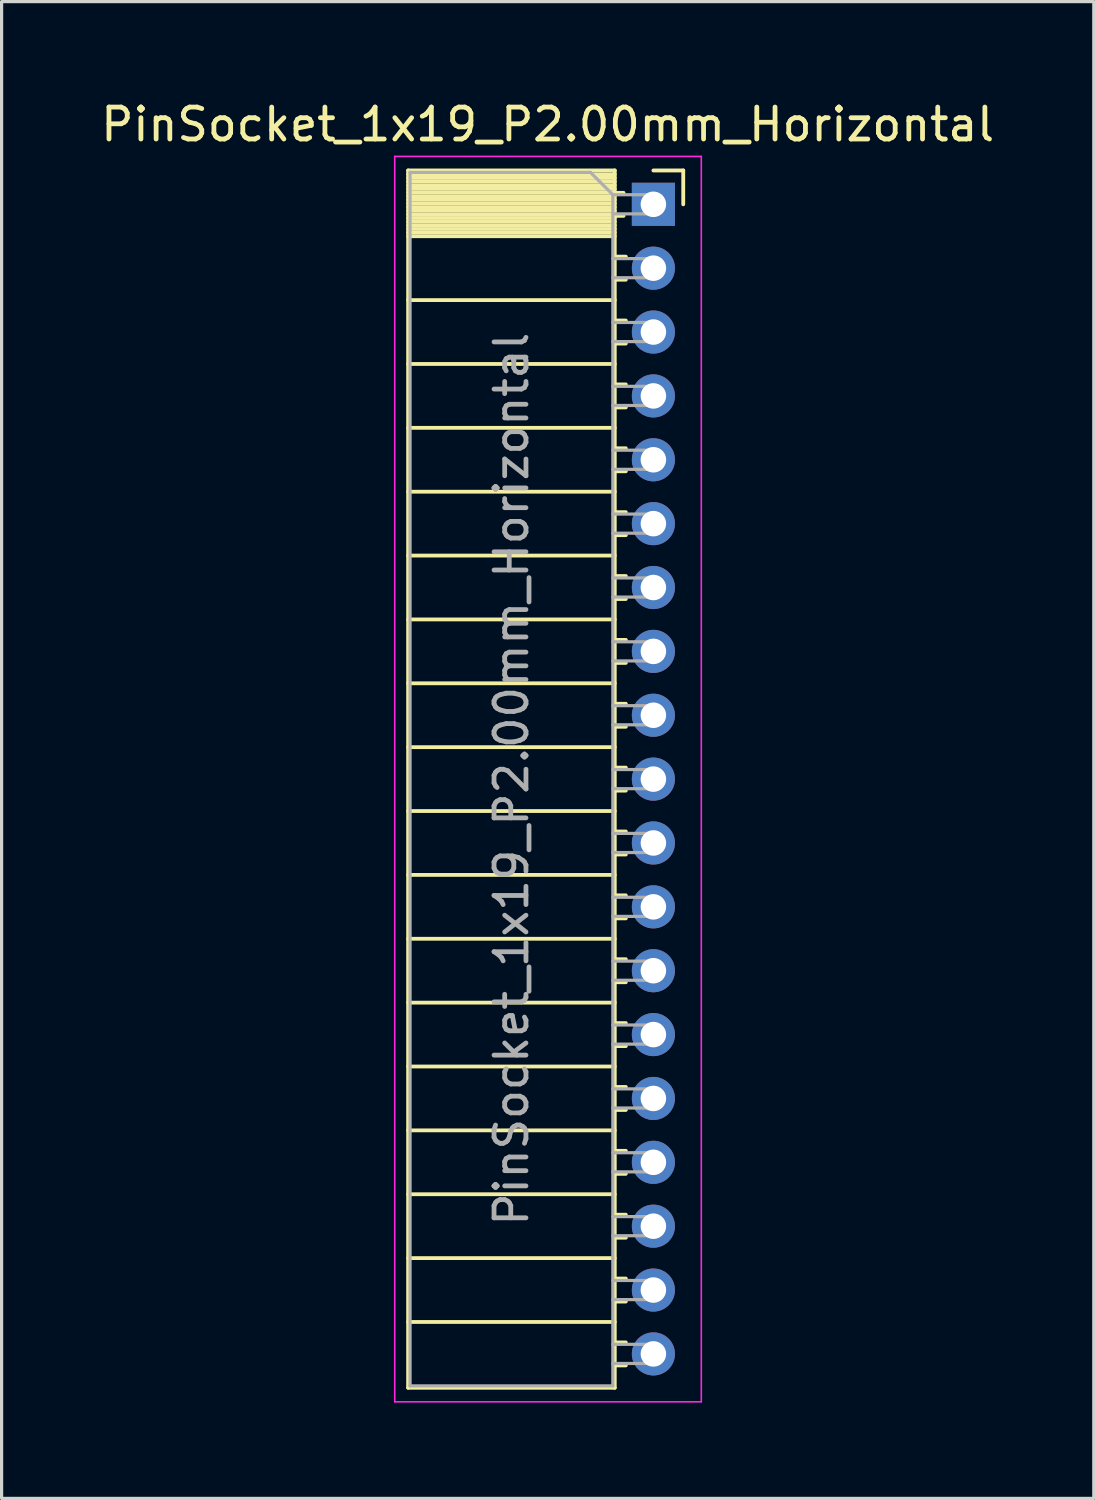
<source format=kicad_pcb>
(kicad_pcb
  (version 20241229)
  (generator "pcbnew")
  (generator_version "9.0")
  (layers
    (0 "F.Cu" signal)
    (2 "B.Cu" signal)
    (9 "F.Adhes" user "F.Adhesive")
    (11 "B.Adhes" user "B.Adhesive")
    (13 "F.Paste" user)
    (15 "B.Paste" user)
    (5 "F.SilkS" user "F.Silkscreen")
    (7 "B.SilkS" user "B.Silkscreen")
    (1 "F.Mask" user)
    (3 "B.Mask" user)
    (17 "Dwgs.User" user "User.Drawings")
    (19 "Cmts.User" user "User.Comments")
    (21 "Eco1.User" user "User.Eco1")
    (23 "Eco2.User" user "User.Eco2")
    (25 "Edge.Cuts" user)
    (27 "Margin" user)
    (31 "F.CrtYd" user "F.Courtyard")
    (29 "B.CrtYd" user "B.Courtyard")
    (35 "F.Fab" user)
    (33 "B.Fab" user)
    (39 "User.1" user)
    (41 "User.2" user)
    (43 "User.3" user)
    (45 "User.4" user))
  (footprint "PinSocket_1x19_P2.00mm_Horizontal"
    (layer "F.Cu")
    (at 17.411 3.348)
    (property "Reference" "PinSocket_1x19_P2.00mm_Horizontal" (at -3.31 -2.5 0) (layer "F.SilkS") (effects (font (size 1 1) (thickness 0.15))))
    (attr through_hole)
    (fp_line (start -7.68 -1.06) (end -7.68 37.06) (stroke (width 0.12) (type solid)) (layer "F.SilkS"))
    (fp_line (start -7.68 -1.06) (end -1.21 -1.06) (stroke (width 0.12) (type solid)) (layer "F.SilkS"))
    (fp_line (start -7.68 -0.94) (end -1.21 -0.94) (stroke (width 0.12) (type solid)) (layer "F.SilkS"))
    (fp_line (start -7.68 -0.826) (end -1.21 -0.826) (stroke (width 0.12) (type solid)) (layer "F.SilkS"))
    (fp_line (start -7.68 -0.712) (end -1.21 -0.712) (stroke (width 0.12) (type solid)) (layer "F.SilkS"))
    (fp_line (start -7.68 -0.598) (end -1.21 -0.598) (stroke (width 0.12) (type solid)) (layer "F.SilkS"))
    (fp_line (start -7.68 -0.484) (end -1.21 -0.484) (stroke (width 0.12) (type solid)) (layer "F.SilkS"))
    (fp_line (start -7.68 -0.369) (end -1.21 -0.369) (stroke (width 0.12) (type solid)) (layer "F.SilkS"))
    (fp_line (start -7.68 -0.255) (end -1.21 -0.255) (stroke (width 0.12) (type solid)) (layer "F.SilkS"))
    (fp_line (start -7.68 -0.141) (end -1.21 -0.141) (stroke (width 0.12) (type solid)) (layer "F.SilkS"))
    (fp_line (start -7.68 -0.027) (end -1.21 -0.027) (stroke (width 0.12) (type solid)) (layer "F.SilkS"))
    (fp_line (start -7.68 0.087) (end -1.21 0.087) (stroke (width 0.12) (type solid)) (layer "F.SilkS"))
    (fp_line (start -7.68 0.201) (end -1.21 0.201) (stroke (width 0.12) (type solid)) (layer "F.SilkS"))
    (fp_line (start -7.68 0.315) (end -1.21 0.315) (stroke (width 0.12) (type solid)) (layer "F.SilkS"))
    (fp_line (start -7.68 0.429) (end -1.21 0.429) (stroke (width 0.12) (type solid)) (layer "F.SilkS"))
    (fp_line (start -7.68 0.544) (end -1.21 0.544) (stroke (width 0.12) (type solid)) (layer "F.SilkS"))
    (fp_line (start -7.68 0.658) (end -1.21 0.658) (stroke (width 0.12) (type solid)) (layer "F.SilkS"))
    (fp_line (start -7.68 0.772) (end -1.21 0.772) (stroke (width 0.12) (type solid)) (layer "F.SilkS"))
    (fp_line (start -7.68 0.886) (end -1.21 0.886) (stroke (width 0.12) (type solid)) (layer "F.SilkS"))
    (fp_line (start -7.68 1) (end -1.21 1) (stroke (width 0.12) (type solid)) (layer "F.SilkS"))
    (fp_line (start -7.68 3) (end -1.21 3) (stroke (width 0.12) (type solid)) (layer "F.SilkS"))
    (fp_line (start -7.68 5) (end -1.21 5) (stroke (width 0.12) (type solid)) (layer "F.SilkS"))
    (fp_line (start -7.68 7) (end -1.21 7) (stroke (width 0.12) (type solid)) (layer "F.SilkS"))
    (fp_line (start -7.68 9) (end -1.21 9) (stroke (width 0.12) (type solid)) (layer "F.SilkS"))
    (fp_line (start -7.68 11) (end -1.21 11) (stroke (width 0.12) (type solid)) (layer "F.SilkS"))
    (fp_line (start -7.68 13) (end -1.21 13) (stroke (width 0.12) (type solid)) (layer "F.SilkS"))
    (fp_line (start -7.68 15) (end -1.21 15) (stroke (width 0.12) (type solid)) (layer "F.SilkS"))
    (fp_line (start -7.68 17) (end -1.21 17) (stroke (width 0.12) (type solid)) (layer "F.SilkS"))
    (fp_line (start -7.68 19) (end -1.21 19) (stroke (width 0.12) (type solid)) (layer "F.SilkS"))
    (fp_line (start -7.68 21) (end -1.21 21) (stroke (width 0.12) (type solid)) (layer "F.SilkS"))
    (fp_line (start -7.68 23) (end -1.21 23) (stroke (width 0.12) (type solid)) (layer "F.SilkS"))
    (fp_line (start -7.68 25) (end -1.21 25) (stroke (width 0.12) (type solid)) (layer "F.SilkS"))
    (fp_line (start -7.68 27) (end -1.21 27) (stroke (width 0.12) (type solid)) (layer "F.SilkS"))
    (fp_line (start -7.68 29) (end -1.21 29) (stroke (width 0.12) (type solid)) (layer "F.SilkS"))
    (fp_line (start -7.68 31) (end -1.21 31) (stroke (width 0.12) (type solid)) (layer "F.SilkS"))
    (fp_line (start -7.68 33) (end -1.21 33) (stroke (width 0.12) (type solid)) (layer "F.SilkS"))
    (fp_line (start -7.68 35) (end -1.21 35) (stroke (width 0.12) (type solid)) (layer "F.SilkS"))
    (fp_line (start -7.68 37.06) (end -1.21 37.06) (stroke (width 0.12) (type solid)) (layer "F.SilkS"))
    (fp_line (start -1.21 -1.06) (end -1.21 37.06) (stroke (width 0.12) (type solid)) (layer "F.SilkS"))
    (fp_line (start -1.21 -0.36) (end -0.935 -0.36) (stroke (width 0.12) (type solid)) (layer "F.SilkS"))
    (fp_line (start -1.21 0.36) (end -0.935 0.36) (stroke (width 0.12) (type solid)) (layer "F.SilkS"))
    (fp_line (start -1.21 1.64) (end -0.863 1.64) (stroke (width 0.12) (type solid)) (layer "F.SilkS"))
    (fp_line (start -1.21 2.36) (end -0.863 2.36) (stroke (width 0.12) (type solid)) (layer "F.SilkS"))
    (fp_line (start -1.21 3.64) (end -0.863 3.64) (stroke (width 0.12) (type solid)) (layer "F.SilkS"))
    (fp_line (start -1.21 4.36) (end -0.863 4.36) (stroke (width 0.12) (type solid)) (layer "F.SilkS"))
    (fp_line (start -1.21 5.64) (end -0.863 5.64) (stroke (width 0.12) (type solid)) (layer "F.SilkS"))
    (fp_line (start -1.21 6.36) (end -0.863 6.36) (stroke (width 0.12) (type solid)) (layer "F.SilkS"))
    (fp_line (start -1.21 7.64) (end -0.863 7.64) (stroke (width 0.12) (type solid)) (layer "F.SilkS"))
    (fp_line (start -1.21 8.36) (end -0.863 8.36) (stroke (width 0.12) (type solid)) (layer "F.SilkS"))
    (fp_line (start -1.21 9.64) (end -0.863 9.64) (stroke (width 0.12) (type solid)) (layer "F.SilkS"))
    (fp_line (start -1.21 10.36) (end -0.863 10.36) (stroke (width 0.12) (type solid)) (layer "F.SilkS"))
    (fp_line (start -1.21 11.64) (end -0.863 11.64) (stroke (width 0.12) (type solid)) (layer "F.SilkS"))
    (fp_line (start -1.21 12.36) (end -0.863 12.36) (stroke (width 0.12) (type solid)) (layer "F.SilkS"))
    (fp_line (start -1.21 13.64) (end -0.863 13.64) (stroke (width 0.12) (type solid)) (layer "F.SilkS"))
    (fp_line (start -1.21 14.36) (end -0.863 14.36) (stroke (width 0.12) (type solid)) (layer "F.SilkS"))
    (fp_line (start -1.21 15.64) (end -0.863 15.64) (stroke (width 0.12) (type solid)) (layer "F.SilkS"))
    (fp_line (start -1.21 16.36) (end -0.863 16.36) (stroke (width 0.12) (type solid)) (layer "F.SilkS"))
    (fp_line (start -1.21 17.64) (end -0.863 17.64) (stroke (width 0.12) (type solid)) (layer "F.SilkS"))
    (fp_line (start -1.21 18.36) (end -0.863 18.36) (stroke (width 0.12) (type solid)) (layer "F.SilkS"))
    (fp_line (start -1.21 19.64) (end -0.863 19.64) (stroke (width 0.12) (type solid)) (layer "F.SilkS"))
    (fp_line (start -1.21 20.36) (end -0.863 20.36) (stroke (width 0.12) (type solid)) (layer "F.SilkS"))
    (fp_line (start -1.21 21.64) (end -0.863 21.64) (stroke (width 0.12) (type solid)) (layer "F.SilkS"))
    (fp_line (start -1.21 22.36) (end -0.863 22.36) (stroke (width 0.12) (type solid)) (layer "F.SilkS"))
    (fp_line (start -1.21 23.64) (end -0.863 23.64) (stroke (width 0.12) (type solid)) (layer "F.SilkS"))
    (fp_line (start -1.21 24.36) (end -0.863 24.36) (stroke (width 0.12) (type solid)) (layer "F.SilkS"))
    (fp_line (start -1.21 25.64) (end -0.863 25.64) (stroke (width 0.12) (type solid)) (layer "F.SilkS"))
    (fp_line (start -1.21 26.36) (end -0.863 26.36) (stroke (width 0.12) (type solid)) (layer "F.SilkS"))
    (fp_line (start -1.21 27.64) (end -0.863 27.64) (stroke (width 0.12) (type solid)) (layer "F.SilkS"))
    (fp_line (start -1.21 28.36) (end -0.863 28.36) (stroke (width 0.12) (type solid)) (layer "F.SilkS"))
    (fp_line (start -1.21 29.64) (end -0.863 29.64) (stroke (width 0.12) (type solid)) (layer "F.SilkS"))
    (fp_line (start -1.21 30.36) (end -0.863 30.36) (stroke (width 0.12) (type solid)) (layer "F.SilkS"))
    (fp_line (start -1.21 31.64) (end -0.863 31.64) (stroke (width 0.12) (type solid)) (layer "F.SilkS"))
    (fp_line (start -1.21 32.36) (end -0.863 32.36) (stroke (width 0.12) (type solid)) (layer "F.SilkS"))
    (fp_line (start -1.21 33.64) (end -0.863 33.64) (stroke (width 0.12) (type solid)) (layer "F.SilkS"))
    (fp_line (start -1.21 34.36) (end -0.863 34.36) (stroke (width 0.12) (type solid)) (layer "F.SilkS"))
    (fp_line (start -1.21 35.64) (end -0.863 35.64) (stroke (width 0.12) (type solid)) (layer "F.SilkS"))
    (fp_line (start -1.21 36.36) (end -0.863 36.36) (stroke (width 0.12) (type solid)) (layer "F.SilkS"))
    (fp_line (start 0 -1.06) (end 0.935 -1.06) (stroke (width 0.12) (type solid)) (layer "F.SilkS"))
    (fp_line (start 0.935 -1.06) (end 0.935 0) (stroke (width 0.12) (type solid)) (layer "F.SilkS"))
    (fp_line (start -8.1 -1.5) (end -8.1 37.5) (stroke (width 0.05) (type solid)) (layer "F.CrtYd"))
    (fp_line (start -8.1 37.5) (end 1.5 37.5) (stroke (width 0.05) (type solid)) (layer "F.CrtYd"))
    (fp_line (start 1.5 -1.5) (end -8.1 -1.5) (stroke (width 0.05) (type solid)) (layer "F.CrtYd"))
    (fp_line (start 1.5 37.5) (end 1.5 -1.5) (stroke (width 0.05) (type solid)) (layer "F.CrtYd"))
    (fp_line (start -7.62 -1) (end -1.97 -1) (stroke (width 0.1) (type solid)) (layer "F.Fab"))
    (fp_line (start -7.62 37) (end -7.62 -1) (stroke (width 0.1) (type solid)) (layer "F.Fab"))
    (fp_line (start -1.97 -1) (end -1.27 -0.3) (stroke (width 0.1) (type solid)) (layer "F.Fab"))
    (fp_line (start -1.27 -0.3) (end -1.27 37) (stroke (width 0.1) (type solid)) (layer "F.Fab"))
    (fp_line (start -1.27 0.3) (end 0 0.3) (stroke (width 0.1) (type solid)) (layer "F.Fab"))
    (fp_line (start -1.27 2.3) (end 0 2.3) (stroke (width 0.1) (type solid)) (layer "F.Fab"))
    (fp_line (start -1.27 4.3) (end 0 4.3) (stroke (width 0.1) (type solid)) (layer "F.Fab"))
    (fp_line (start -1.27 6.3) (end 0 6.3) (stroke (width 0.1) (type solid)) (layer "F.Fab"))
    (fp_line (start -1.27 8.3) (end 0 8.3) (stroke (width 0.1) (type solid)) (layer "F.Fab"))
    (fp_line (start -1.27 10.3) (end 0 10.3) (stroke (width 0.1) (type solid)) (layer "F.Fab"))
    (fp_line (start -1.27 12.3) (end 0 12.3) (stroke (width 0.1) (type solid)) (layer "F.Fab"))
    (fp_line (start -1.27 14.3) (end 0 14.3) (stroke (width 0.1) (type solid)) (layer "F.Fab"))
    (fp_line (start -1.27 16.3) (end 0 16.3) (stroke (width 0.1) (type solid)) (layer "F.Fab"))
    (fp_line (start -1.27 18.3) (end 0 18.3) (stroke (width 0.1) (type solid)) (layer "F.Fab"))
    (fp_line (start -1.27 20.3) (end 0 20.3) (stroke (width 0.1) (type solid)) (layer "F.Fab"))
    (fp_line (start -1.27 22.3) (end 0 22.3) (stroke (width 0.1) (type solid)) (layer "F.Fab"))
    (fp_line (start -1.27 24.3) (end 0 24.3) (stroke (width 0.1) (type solid)) (layer "F.Fab"))
    (fp_line (start -1.27 26.3) (end 0 26.3) (stroke (width 0.1) (type solid)) (layer "F.Fab"))
    (fp_line (start -1.27 28.3) (end 0 28.3) (stroke (width 0.1) (type solid)) (layer "F.Fab"))
    (fp_line (start -1.27 30.3) (end 0 30.3) (stroke (width 0.1) (type solid)) (layer "F.Fab"))
    (fp_line (start -1.27 32.3) (end 0 32.3) (stroke (width 0.1) (type solid)) (layer "F.Fab"))
    (fp_line (start -1.27 34.3) (end 0 34.3) (stroke (width 0.1) (type solid)) (layer "F.Fab"))
    (fp_line (start -1.27 36.3) (end 0 36.3) (stroke (width 0.1) (type solid)) (layer "F.Fab"))
    (fp_line (start -1.27 37) (end -7.62 37) (stroke (width 0.1) (type solid)) (layer "F.Fab"))
    (fp_line (start 0 -0.3) (end -1.27 -0.3) (stroke (width 0.1) (type solid)) (layer "F.Fab"))
    (fp_line (start 0 0.3) (end 0 -0.3) (stroke (width 0.1) (type solid)) (layer "F.Fab"))
    (fp_line (start 0 1.7) (end -1.27 1.7) (stroke (width 0.1) (type solid)) (layer "F.Fab"))
    (fp_line (start 0 2.3) (end 0 1.7) (stroke (width 0.1) (type solid)) (layer "F.Fab"))
    (fp_line (start 0 3.7) (end -1.27 3.7) (stroke (width 0.1) (type solid)) (layer "F.Fab"))
    (fp_line (start 0 4.3) (end 0 3.7) (stroke (width 0.1) (type solid)) (layer "F.Fab"))
    (fp_line (start 0 5.7) (end -1.27 5.7) (stroke (width 0.1) (type solid)) (layer "F.Fab"))
    (fp_line (start 0 6.3) (end 0 5.7) (stroke (width 0.1) (type solid)) (layer "F.Fab"))
    (fp_line (start 0 7.7) (end -1.27 7.7) (stroke (width 0.1) (type solid)) (layer "F.Fab"))
    (fp_line (start 0 8.3) (end 0 7.7) (stroke (width 0.1) (type solid)) (layer "F.Fab"))
    (fp_line (start 0 9.7) (end -1.27 9.7) (stroke (width 0.1) (type solid)) (layer "F.Fab"))
    (fp_line (start 0 10.3) (end 0 9.7) (stroke (width 0.1) (type solid)) (layer "F.Fab"))
    (fp_line (start 0 11.7) (end -1.27 11.7) (stroke (width 0.1) (type solid)) (layer "F.Fab"))
    (fp_line (start 0 12.3) (end 0 11.7) (stroke (width 0.1) (type solid)) (layer "F.Fab"))
    (fp_line (start 0 13.7) (end -1.27 13.7) (stroke (width 0.1) (type solid)) (layer "F.Fab"))
    (fp_line (start 0 14.3) (end 0 13.7) (stroke (width 0.1) (type solid)) (layer "F.Fab"))
    (fp_line (start 0 15.7) (end -1.27 15.7) (stroke (width 0.1) (type solid)) (layer "F.Fab"))
    (fp_line (start 0 16.3) (end 0 15.7) (stroke (width 0.1) (type solid)) (layer "F.Fab"))
    (fp_line (start 0 17.7) (end -1.27 17.7) (stroke (width 0.1) (type solid)) (layer "F.Fab"))
    (fp_line (start 0 18.3) (end 0 17.7) (stroke (width 0.1) (type solid)) (layer "F.Fab"))
    (fp_line (start 0 19.7) (end -1.27 19.7) (stroke (width 0.1) (type solid)) (layer "F.Fab"))
    (fp_line (start 0 20.3) (end 0 19.7) (stroke (width 0.1) (type solid)) (layer "F.Fab"))
    (fp_line (start 0 21.7) (end -1.27 21.7) (stroke (width 0.1) (type solid)) (layer "F.Fab"))
    (fp_line (start 0 22.3) (end 0 21.7) (stroke (width 0.1) (type solid)) (layer "F.Fab"))
    (fp_line (start 0 23.7) (end -1.27 23.7) (stroke (width 0.1) (type solid)) (layer "F.Fab"))
    (fp_line (start 0 24.3) (end 0 23.7) (stroke (width 0.1) (type solid)) (layer "F.Fab"))
    (fp_line (start 0 25.7) (end -1.27 25.7) (stroke (width 0.1) (type solid)) (layer "F.Fab"))
    (fp_line (start 0 26.3) (end 0 25.7) (stroke (width 0.1) (type solid)) (layer "F.Fab"))
    (fp_line (start 0 27.7) (end -1.27 27.7) (stroke (width 0.1) (type solid)) (layer "F.Fab"))
    (fp_line (start 0 28.3) (end 0 27.7) (stroke (width 0.1) (type solid)) (layer "F.Fab"))
    (fp_line (start 0 29.7) (end -1.27 29.7) (stroke (width 0.1) (type solid)) (layer "F.Fab"))
    (fp_line (start 0 30.3) (end 0 29.7) (stroke (width 0.1) (type solid)) (layer "F.Fab"))
    (fp_line (start 0 31.7) (end -1.27 31.7) (stroke (width 0.1) (type solid)) (layer "F.Fab"))
    (fp_line (start 0 32.3) (end 0 31.7) (stroke (width 0.1) (type solid)) (layer "F.Fab"))
    (fp_line (start 0 33.7) (end -1.27 33.7) (stroke (width 0.1) (type solid)) (layer "F.Fab"))
    (fp_line (start 0 34.3) (end 0 33.7) (stroke (width 0.1) (type solid)) (layer "F.Fab"))
    (fp_line (start 0 35.7) (end -1.27 35.7) (stroke (width 0.1) (type solid)) (layer "F.Fab"))
    (fp_line (start 0 36.3) (end 0 35.7) (stroke (width 0.1) (type solid)) (layer "F.Fab"))
    (fp_text user "${REFERENCE}" (at -4.445 18 90) (layer "F.Fab") (effects (font (size 1 1) (thickness 0.15))))
    (pad "1" thru_hole rect (at 0 0) (size 1.35 1.35) (drill 0.8) (layers "*.Cu" "*.Mask"))
    (pad "2" thru_hole circle (at 0 2) (size 1.35 1.35) (drill 0.8) (layers "*.Cu" "*.Mask"))
    (pad "3" thru_hole circle (at 0 4) (size 1.35 1.35) (drill 0.8) (layers "*.Cu" "*.Mask"))
    (pad "4" thru_hole circle (at 0 6) (size 1.35 1.35) (drill 0.8) (layers "*.Cu" "*.Mask"))
    (pad "5" thru_hole circle (at 0 8) (size 1.35 1.35) (drill 0.8) (layers "*.Cu" "*.Mask"))
    (pad "6" thru_hole circle (at 0 10) (size 1.35 1.35) (drill 0.8) (layers "*.Cu" "*.Mask"))
    (pad "7" thru_hole circle (at 0 12) (size 1.35 1.35) (drill 0.8) (layers "*.Cu" "*.Mask"))
    (pad "8" thru_hole circle (at 0 14) (size 1.35 1.35) (drill 0.8) (layers "*.Cu" "*.Mask"))
    (pad "9" thru_hole circle (at 0 16) (size 1.35 1.35) (drill 0.8) (layers "*.Cu" "*.Mask"))
    (pad "10" thru_hole circle (at 0 18) (size 1.35 1.35) (drill 0.8) (layers "*.Cu" "*.Mask"))
    (pad "11" thru_hole circle (at 0 20) (size 1.35 1.35) (drill 0.8) (layers "*.Cu" "*.Mask"))
    (pad "12" thru_hole circle (at 0 22) (size 1.35 1.35) (drill 0.8) (layers "*.Cu" "*.Mask"))
    (pad "13" thru_hole circle (at 0 24) (size 1.35 1.35) (drill 0.8) (layers "*.Cu" "*.Mask"))
    (pad "14" thru_hole circle (at 0 26) (size 1.35 1.35) (drill 0.8) (layers "*.Cu" "*.Mask"))
    (pad "15" thru_hole circle (at 0 28) (size 1.35 1.35) (drill 0.8) (layers "*.Cu" "*.Mask"))
    (pad "16" thru_hole circle (at 0 30) (size 1.35 1.35) (drill 0.8) (layers "*.Cu" "*.Mask"))
    (pad "17" thru_hole circle (at 0 32) (size 1.35 1.35) (drill 0.8) (layers "*.Cu" "*.Mask"))
    (pad "18" thru_hole circle (at 0 34) (size 1.35 1.35) (drill 0.8) (layers "*.Cu" "*.Mask"))
    (pad "19" thru_hole circle (at 0 36) (size 1.35 1.35) (drill 0.8) (layers "*.Cu" "*.Mask")))
  (gr_rect
    (start -3 -3)
    (end 31.202 43.873)
    (stroke (width 0.1) (type default))
    (fill no)
    (layer "Edge.Cuts")))
</source>
